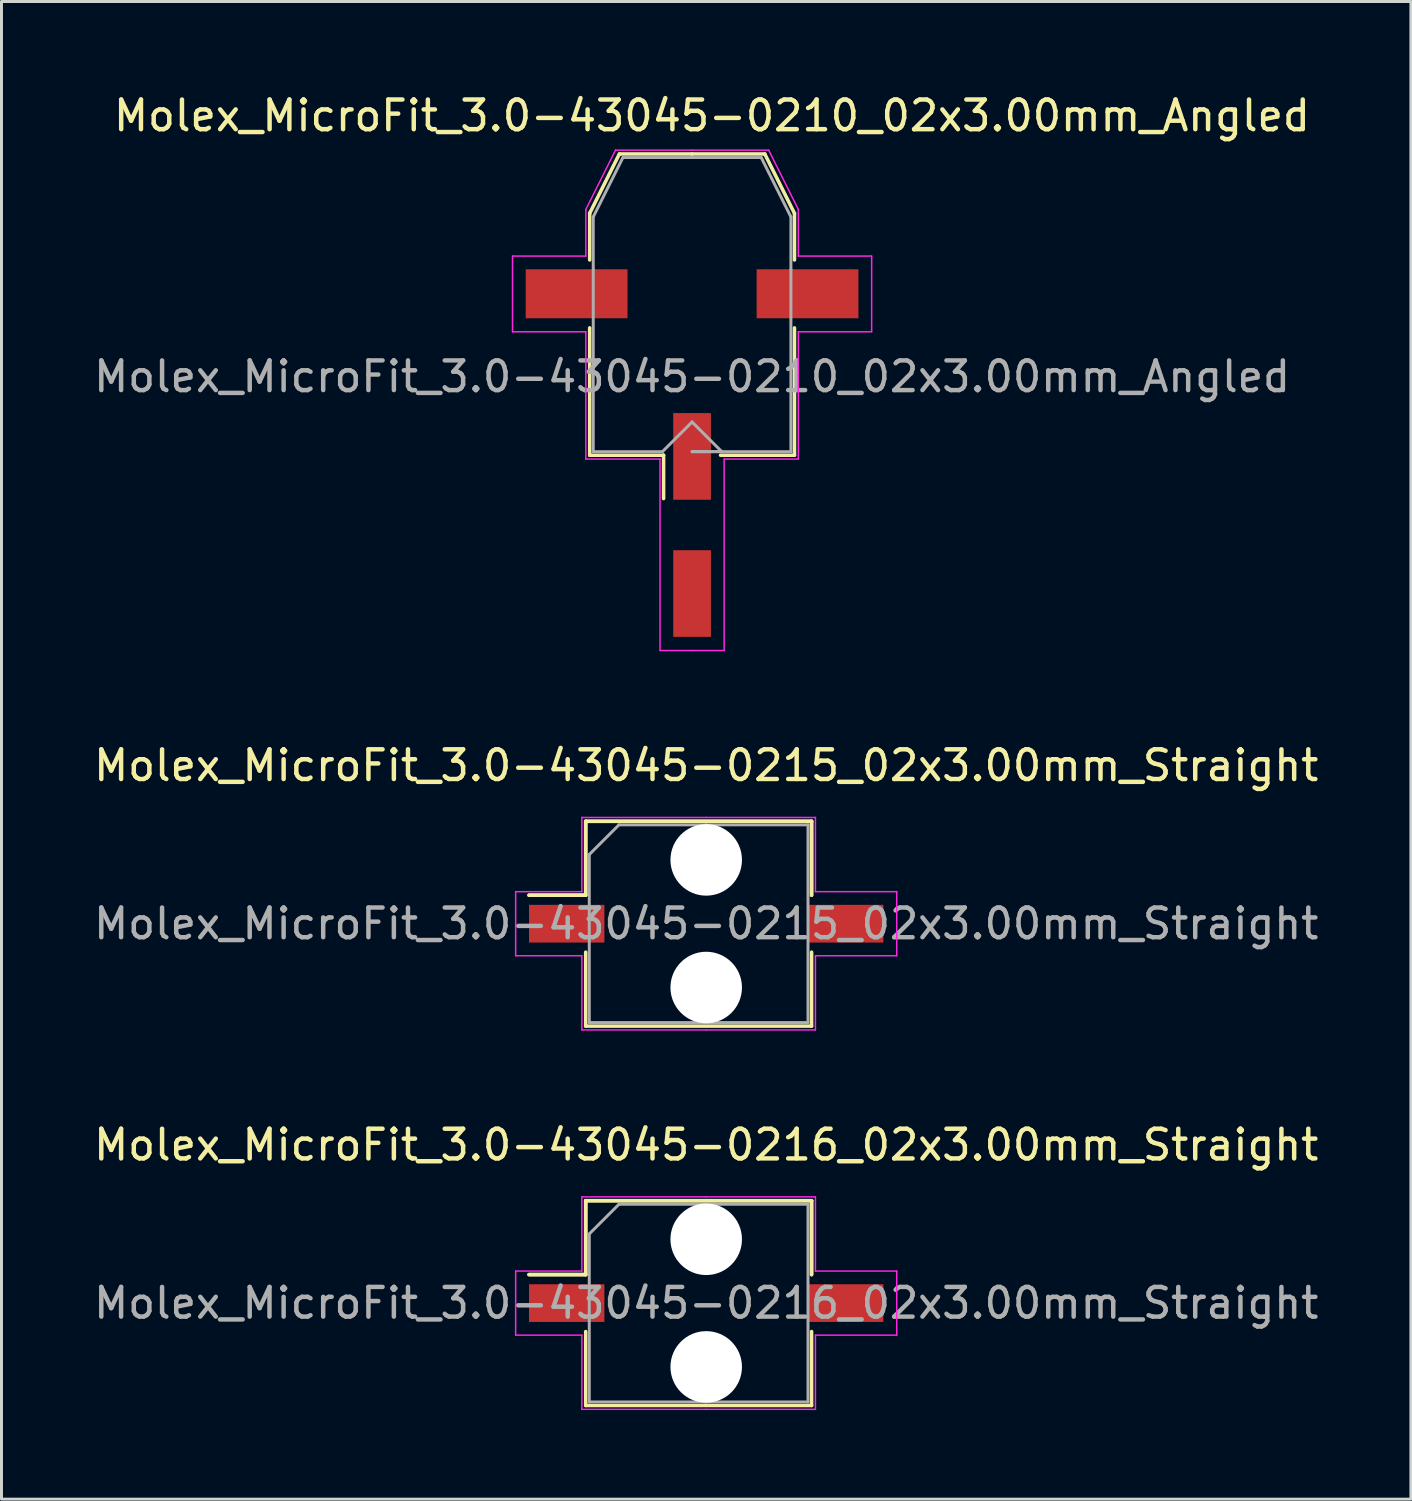
<source format=kicad_pcb>
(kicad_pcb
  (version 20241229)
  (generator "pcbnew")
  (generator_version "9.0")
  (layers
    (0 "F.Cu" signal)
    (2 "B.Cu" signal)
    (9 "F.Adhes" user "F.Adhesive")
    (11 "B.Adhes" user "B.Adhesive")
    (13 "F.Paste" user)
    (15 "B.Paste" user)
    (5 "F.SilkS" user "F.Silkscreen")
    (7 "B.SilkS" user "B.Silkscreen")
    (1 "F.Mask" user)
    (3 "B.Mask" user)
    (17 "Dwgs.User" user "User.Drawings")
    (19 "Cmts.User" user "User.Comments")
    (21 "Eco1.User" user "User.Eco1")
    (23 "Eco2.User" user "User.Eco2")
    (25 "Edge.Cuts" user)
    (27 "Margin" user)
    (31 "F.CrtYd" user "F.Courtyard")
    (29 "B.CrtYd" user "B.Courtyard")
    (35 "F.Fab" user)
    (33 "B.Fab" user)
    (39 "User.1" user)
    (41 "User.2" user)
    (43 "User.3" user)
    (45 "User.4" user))
  (footprint "Molex_MicroFit_3.0-43045-0210_02x3.00mm_Angled"
    (layer "F.Cu")
    (at 20.268 14.638)
    (property "Reference" "Molex_MicroFit_3.0-43045-0210_02x3.00mm_Angled" (at 0.67 -13.79 0) (layer "F.SilkS") (effects (font (size 1 1) (thickness 0.15))))
    (attr smd)
    (fp_line (start -3.45 -10.5) (end -3.45 -8.93) (stroke (width 0.12) (type solid)) (layer "F.SilkS"))
    (fp_line (start -3.45 -6.64) (end -3.45 -2.35) (stroke (width 0.12) (type solid)) (layer "F.SilkS"))
    (fp_line (start -3.45 -2.35) (end -0.96 -2.35) (stroke (width 0.12) (type solid)) (layer "F.SilkS"))
    (fp_line (start -2.45 -12.5) (end -3.45 -10.5) (stroke (width 0.12) (type solid)) (layer "F.SilkS"))
    (fp_line (start -0.96 -2.35) (end -0.96 -0.89) (stroke (width 0.12) (type solid)) (layer "F.SilkS"))
    (fp_line (start 0 -12.5) (end -2.45 -12.5) (stroke (width 0.12) (type solid)) (layer "F.SilkS"))
    (fp_line (start 0 -12.5) (end 2.45 -12.5) (stroke (width 0.12) (type solid)) (layer "F.SilkS"))
    (fp_line (start 2.45 -12.5) (end 3.45 -10.5) (stroke (width 0.12) (type solid)) (layer "F.SilkS"))
    (fp_line (start 3.45 -10.5) (end 3.45 -8.93) (stroke (width 0.12) (type solid)) (layer "F.SilkS"))
    (fp_line (start 3.45 -6.64) (end 3.45 -2.35) (stroke (width 0.12) (type solid)) (layer "F.SilkS"))
    (fp_line (start 3.45 -2.35) (end 0.96 -2.35) (stroke (width 0.12) (type solid)) (layer "F.SilkS"))
    (fp_line (start -6.05 -9.06) (end -6.05 -6.51) (stroke (width 0.05) (type solid)) (layer "F.CrtYd"))
    (fp_line (start -6.05 -6.51) (end -3.58 -6.51) (stroke (width 0.05) (type solid)) (layer "F.CrtYd"))
    (fp_line (start -3.58 -10.63) (end -3.58 -9.06) (stroke (width 0.05) (type solid)) (layer "F.CrtYd"))
    (fp_line (start -3.58 -9.06) (end -6.05 -9.06) (stroke (width 0.05) (type solid)) (layer "F.CrtYd"))
    (fp_line (start -3.58 -6.51) (end -3.58 -2.22) (stroke (width 0.05) (type solid)) (layer "F.CrtYd"))
    (fp_line (start -3.58 -2.22) (end -1.08 -2.22) (stroke (width 0.05) (type solid)) (layer "F.CrtYd"))
    (fp_line (start -2.58 -12.63) (end -3.58 -10.63) (stroke (width 0.05) (type solid)) (layer "F.CrtYd"))
    (fp_line (start -1.08 -2.22) (end -1.08 4.23) (stroke (width 0.05) (type solid)) (layer "F.CrtYd"))
    (fp_line (start -1.08 4.23) (end 0 4.23) (stroke (width 0.05) (type solid)) (layer "F.CrtYd"))
    (fp_line (start 0 -12.63) (end -2.58 -12.63) (stroke (width 0.05) (type solid)) (layer "F.CrtYd"))
    (fp_line (start 0 -12.63) (end 2.58 -12.63) (stroke (width 0.05) (type solid)) (layer "F.CrtYd"))
    (fp_line (start 1.08 -2.22) (end 1.08 4.23) (stroke (width 0.05) (type solid)) (layer "F.CrtYd"))
    (fp_line (start 1.08 4.23) (end 0 4.23) (stroke (width 0.05) (type solid)) (layer "F.CrtYd"))
    (fp_line (start 2.58 -12.63) (end 3.58 -10.63) (stroke (width 0.05) (type solid)) (layer "F.CrtYd"))
    (fp_line (start 3.58 -10.63) (end 3.58 -9.06) (stroke (width 0.05) (type solid)) (layer "F.CrtYd"))
    (fp_line (start 3.58 -9.06) (end 6.05 -9.06) (stroke (width 0.05) (type solid)) (layer "F.CrtYd"))
    (fp_line (start 3.58 -6.51) (end 3.58 -2.22) (stroke (width 0.05) (type solid)) (layer "F.CrtYd"))
    (fp_line (start 3.58 -2.22) (end 1.08 -2.22) (stroke (width 0.05) (type solid)) (layer "F.CrtYd"))
    (fp_line (start 6.05 -9.06) (end 6.05 -6.51) (stroke (width 0.05) (type solid)) (layer "F.CrtYd"))
    (fp_line (start 6.05 -6.51) (end 3.58 -6.51) (stroke (width 0.05) (type solid)) (layer "F.CrtYd"))
    (fp_line (start -3.33 -10.38) (end -3.33 -8.61) (stroke (width 0.1) (type solid)) (layer "F.Fab"))
    (fp_line (start -3.33 -8.61) (end -3.33 -2.47) (stroke (width 0.1) (type solid)) (layer "F.Fab"))
    (fp_line (start -3.33 -2.47) (end -1 -2.47) (stroke (width 0.1) (type solid)) (layer "F.Fab"))
    (fp_line (start -2.33 -12.38) (end -3.33 -10.38) (stroke (width 0.1) (type solid)) (layer "F.Fab"))
    (fp_line (start -1 -2.47) (end 0 -3.47) (stroke (width 0.1) (type solid)) (layer "F.Fab"))
    (fp_line (start 0 -12.38) (end -2.33 -12.38) (stroke (width 0.1) (type solid)) (layer "F.Fab"))
    (fp_line (start 0 -12.38) (end 2.33 -12.38) (stroke (width 0.1) (type solid)) (layer "F.Fab"))
    (fp_line (start 0 -3.47) (end 1 -2.47) (stroke (width 0.1) (type solid)) (layer "F.Fab"))
    (fp_line (start 0.64 -2.47) (end 0 -2.47) (stroke (width 0.1) (type solid)) (layer "F.Fab"))
    (fp_line (start 1 -2.47) (end 0 -2.47) (stroke (width 0.1) (type solid)) (layer "F.Fab"))
    (fp_line (start 2.33 -12.38) (end 3.33 -10.38) (stroke (width 0.1) (type solid)) (layer "F.Fab"))
    (fp_line (start 3.33 -10.38) (end 3.33 -8.61) (stroke (width 0.1) (type solid)) (layer "F.Fab"))
    (fp_line (start 3.33 -8.61) (end 3.33 -2.47) (stroke (width 0.1) (type solid)) (layer "F.Fab"))
    (fp_line (start 3.33 -2.47) (end 0.64 -2.47) (stroke (width 0.1) (type solid)) (layer "F.Fab"))
    (fp_text user "${REFERENCE}" (at 0 -5 0) (layer "F.Fab") (effects (font (size 1 1) (thickness 0.15))))
    (pad "" smd rect (at -3.89 -7.79) (size 3.43 1.65) (layers "F.Cu" "F.Mask" "F.Paste"))
    (pad "" smd rect (at 3.89 -7.79) (size 3.43 1.65) (layers "F.Cu" "F.Mask" "F.Paste"))
    (pad "1" smd rect (at 0 -2.31) (size 1.27 2.92) (layers "F.Cu" "F.Mask" "F.Paste"))
    (pad "2" smd rect (at 0 2.31) (size 1.27 2.92) (layers "F.Cu" "F.Mask" "F.Paste")))
  (footprint "Molex_MicroFit_3.0-43045-0216_02x3.00mm_Straight"
    (layer "F.Cu")
    (at 20.744 40.855)
    (property "Reference" "Molex_MicroFit_3.0-43045-0216_02x3.00mm_Straight" (at 0 -5.33 0) (layer "F.SilkS") (effects (font (size 1 1) (thickness 0.15))))
    (attr smd)
    (fp_line (start -5.97 -0.96) (end -4.06 -0.96) (stroke (width 0.12) (type solid)) (layer "F.SilkS"))
    (fp_line (start -5.97 -0.96) (end -4.06 -0.96) (stroke (width 0.12) (type solid)) (layer "F.SilkS"))
    (fp_line (start -4.06 -3.45) (end 3.55 -3.45) (stroke (width 0.12) (type solid)) (layer "F.SilkS"))
    (fp_line (start -4.06 -3.45) (end 3.55 -3.45) (stroke (width 0.12) (type solid)) (layer "F.SilkS"))
    (fp_line (start -4.06 -0.96) (end -4.06 -3.45) (stroke (width 0.12) (type solid)) (layer "F.SilkS"))
    (fp_line (start -4.06 -0.96) (end -4.06 -3.45) (stroke (width 0.12) (type solid)) (layer "F.SilkS"))
    (fp_line (start -4.06 3.45) (end -4.06 0.96) (stroke (width 0.12) (type solid)) (layer "F.SilkS"))
    (fp_line (start 3.55 -3.45) (end 3.55 -0.96) (stroke (width 0.12) (type solid)) (layer "F.SilkS"))
    (fp_line (start 3.55 -3.45) (end 3.55 -0.96) (stroke (width 0.12) (type solid)) (layer "F.SilkS"))
    (fp_line (start 3.55 0.96) (end 3.55 3.45) (stroke (width 0.12) (type solid)) (layer "F.SilkS"))
    (fp_line (start 3.55 3.45) (end -4.06 3.45) (stroke (width 0.12) (type solid)) (layer "F.SilkS"))
    (fp_line (start -6.42 -1.08) (end -4.19 -1.08) (stroke (width 0.05) (type solid)) (layer "F.CrtYd"))
    (fp_line (start -6.42 1.08) (end -6.42 -1.08) (stroke (width 0.05) (type solid)) (layer "F.CrtYd"))
    (fp_line (start -4.19 -3.58) (end 0 -3.58) (stroke (width 0.05) (type solid)) (layer "F.CrtYd"))
    (fp_line (start -4.19 -1.08) (end -4.19 -3.58) (stroke (width 0.05) (type solid)) (layer "F.CrtYd"))
    (fp_line (start -4.19 1.08) (end -6.42 1.08) (stroke (width 0.05) (type solid)) (layer "F.CrtYd"))
    (fp_line (start -4.19 3.58) (end -4.19 1.08) (stroke (width 0.05) (type solid)) (layer "F.CrtYd"))
    (fp_line (start 0 -3.58) (end 3.68 -3.58) (stroke (width 0.05) (type solid)) (layer "F.CrtYd"))
    (fp_line (start 0 3.58) (end -4.19 3.58) (stroke (width 0.05) (type solid)) (layer "F.CrtYd"))
    (fp_line (start 3.68 -3.58) (end 3.68 -1.08) (stroke (width 0.05) (type solid)) (layer "F.CrtYd"))
    (fp_line (start 3.68 -1.08) (end 6.42 -1.08) (stroke (width 0.05) (type solid)) (layer "F.CrtYd"))
    (fp_line (start 3.68 1.08) (end 3.68 3.58) (stroke (width 0.05) (type solid)) (layer "F.CrtYd"))
    (fp_line (start 3.68 3.58) (end 0 3.58) (stroke (width 0.05) (type solid)) (layer "F.CrtYd"))
    (fp_line (start 6.42 -1.08) (end 6.42 1.08) (stroke (width 0.05) (type solid)) (layer "F.CrtYd"))
    (fp_line (start 6.42 1.08) (end 3.68 1.08) (stroke (width 0.05) (type solid)) (layer "F.CrtYd"))
    (fp_line (start -3.94 -2.33) (end -2.94 -3.33) (stroke (width 0.1) (type solid)) (layer "F.Fab"))
    (fp_line (start -3.94 3.33) (end -3.94 -2.33) (stroke (width 0.1) (type solid)) (layer "F.Fab"))
    (fp_line (start -2.94 -3.33) (end 0 -3.33) (stroke (width 0.1) (type solid)) (layer "F.Fab"))
    (fp_line (start 0 -3.33) (end 3.43 -3.33) (stroke (width 0.1) (type solid)) (layer "F.Fab"))
    (fp_line (start 0 3.33) (end -3.94 3.33) (stroke (width 0.1) (type solid)) (layer "F.Fab"))
    (fp_line (start 3.43 -3.33) (end 3.43 3.33) (stroke (width 0.1) (type solid)) (layer "F.Fab"))
    (fp_line (start 3.43 3.33) (end 0 3.33) (stroke (width 0.1) (type solid)) (layer "F.Fab"))
    (fp_text user "${REFERENCE}" (at 0 0 0) (layer "F.Fab") (effects (font (size 1 1) (thickness 0.15))))
    (pad "" np_thru_hole circle (at 0 -2.15) (size 2.41 2.41) (drill 2.41) (layers "*.Cu"))
    (pad "" np_thru_hole circle (at 0 2.15) (size 2.41 2.41) (drill 2.41) (layers "*.Cu"))
    (pad "1" smd rect (at -4.7 0) (size 2.54 1.27) (layers "F.Cu" "F.Mask" "F.Paste"))
    (pad "2" smd rect (at 4.7 0) (size 2.54 1.27) (layers "F.Cu" "F.Mask" "F.Paste")))
  (footprint "Molex_MicroFit_3.0-43045-0215_02x3.00mm_Straight"
    (layer "F.Cu")
    (at 20.744 28.072)
    (property "Reference" "Molex_MicroFit_3.0-43045-0215_02x3.00mm_Straight" (at 0 -5.33 0) (layer "F.SilkS") (effects (font (size 1 1) (thickness 0.15))))
    (attr smd)
    (fp_line (start -5.97 -0.96) (end -4.06 -0.96) (stroke (width 0.12) (type solid)) (layer "F.SilkS"))
    (fp_line (start -5.97 -0.96) (end -4.06 -0.96) (stroke (width 0.12) (type solid)) (layer "F.SilkS"))
    (fp_line (start -4.06 -3.45) (end 3.55 -3.45) (stroke (width 0.12) (type solid)) (layer "F.SilkS"))
    (fp_line (start -4.06 -3.45) (end 3.55 -3.45) (stroke (width 0.12) (type solid)) (layer "F.SilkS"))
    (fp_line (start -4.06 -0.96) (end -4.06 -3.45) (stroke (width 0.12) (type solid)) (layer "F.SilkS"))
    (fp_line (start -4.06 -0.96) (end -4.06 -3.45) (stroke (width 0.12) (type solid)) (layer "F.SilkS"))
    (fp_line (start -4.06 3.45) (end -4.06 0.96) (stroke (width 0.12) (type solid)) (layer "F.SilkS"))
    (fp_line (start 3.55 -3.45) (end 3.55 -0.96) (stroke (width 0.12) (type solid)) (layer "F.SilkS"))
    (fp_line (start 3.55 -3.45) (end 3.55 -0.96) (stroke (width 0.12) (type solid)) (layer "F.SilkS"))
    (fp_line (start 3.55 0.96) (end 3.55 3.45) (stroke (width 0.12) (type solid)) (layer "F.SilkS"))
    (fp_line (start 3.55 3.45) (end -4.06 3.45) (stroke (width 0.12) (type solid)) (layer "F.SilkS"))
    (fp_line (start -6.42 -1.08) (end -4.19 -1.08) (stroke (width 0.05) (type solid)) (layer "F.CrtYd"))
    (fp_line (start -6.42 1.08) (end -6.42 -1.08) (stroke (width 0.05) (type solid)) (layer "F.CrtYd"))
    (fp_line (start -4.19 -3.58) (end 0 -3.58) (stroke (width 0.05) (type solid)) (layer "F.CrtYd"))
    (fp_line (start -4.19 -1.08) (end -4.19 -3.58) (stroke (width 0.05) (type solid)) (layer "F.CrtYd"))
    (fp_line (start -4.19 1.08) (end -6.42 1.08) (stroke (width 0.05) (type solid)) (layer "F.CrtYd"))
    (fp_line (start -4.19 3.58) (end -4.19 1.08) (stroke (width 0.05) (type solid)) (layer "F.CrtYd"))
    (fp_line (start 0 -3.58) (end 3.68 -3.58) (stroke (width 0.05) (type solid)) (layer "F.CrtYd"))
    (fp_line (start 0 3.58) (end -4.19 3.58) (stroke (width 0.05) (type solid)) (layer "F.CrtYd"))
    (fp_line (start 3.68 -3.58) (end 3.68 -1.08) (stroke (width 0.05) (type solid)) (layer "F.CrtYd"))
    (fp_line (start 3.68 -1.08) (end 6.42 -1.08) (stroke (width 0.05) (type solid)) (layer "F.CrtYd"))
    (fp_line (start 3.68 1.08) (end 3.68 3.58) (stroke (width 0.05) (type solid)) (layer "F.CrtYd"))
    (fp_line (start 3.68 3.58) (end 0 3.58) (stroke (width 0.05) (type solid)) (layer "F.CrtYd"))
    (fp_line (start 6.42 -1.08) (end 6.42 1.08) (stroke (width 0.05) (type solid)) (layer "F.CrtYd"))
    (fp_line (start 6.42 1.08) (end 3.68 1.08) (stroke (width 0.05) (type solid)) (layer "F.CrtYd"))
    (fp_line (start -3.94 -2.33) (end -2.94 -3.33) (stroke (width 0.1) (type solid)) (layer "F.Fab"))
    (fp_line (start -3.94 3.33) (end -3.94 -2.33) (stroke (width 0.1) (type solid)) (layer "F.Fab"))
    (fp_line (start -2.94 -3.33) (end 0 -3.33) (stroke (width 0.1) (type solid)) (layer "F.Fab"))
    (fp_line (start 0 -3.33) (end 3.43 -3.33) (stroke (width 0.1) (type solid)) (layer "F.Fab"))
    (fp_line (start 0 3.33) (end -3.94 3.33) (stroke (width 0.1) (type solid)) (layer "F.Fab"))
    (fp_line (start 3.43 -3.33) (end 3.43 3.33) (stroke (width 0.1) (type solid)) (layer "F.Fab"))
    (fp_line (start 3.43 3.33) (end 0 3.33) (stroke (width 0.1) (type solid)) (layer "F.Fab"))
    (fp_text user "${REFERENCE}" (at 0 0 0) (layer "F.Fab") (effects (font (size 1 1) (thickness 0.15))))
    (pad "" np_thru_hole circle (at 0 -2.15) (size 2.41 2.41) (drill 2.41) (layers "*.Cu"))
    (pad "" np_thru_hole circle (at 0 2.15) (size 2.41 2.41) (drill 2.41) (layers "*.Cu"))
    (pad "1" smd rect (at -4.7 0) (size 2.54 1.27) (layers "F.Cu" "F.Mask" "F.Paste"))
    (pad "2" smd rect (at 4.7 0) (size 2.54 1.27) (layers "F.Cu" "F.Mask" "F.Paste")))
  (gr_rect
    (start -3 -3)
    (end 44.488 47.46)
    (stroke (width 0.1) (type default))
    (fill no)
    (layer "Edge.Cuts")))
</source>
